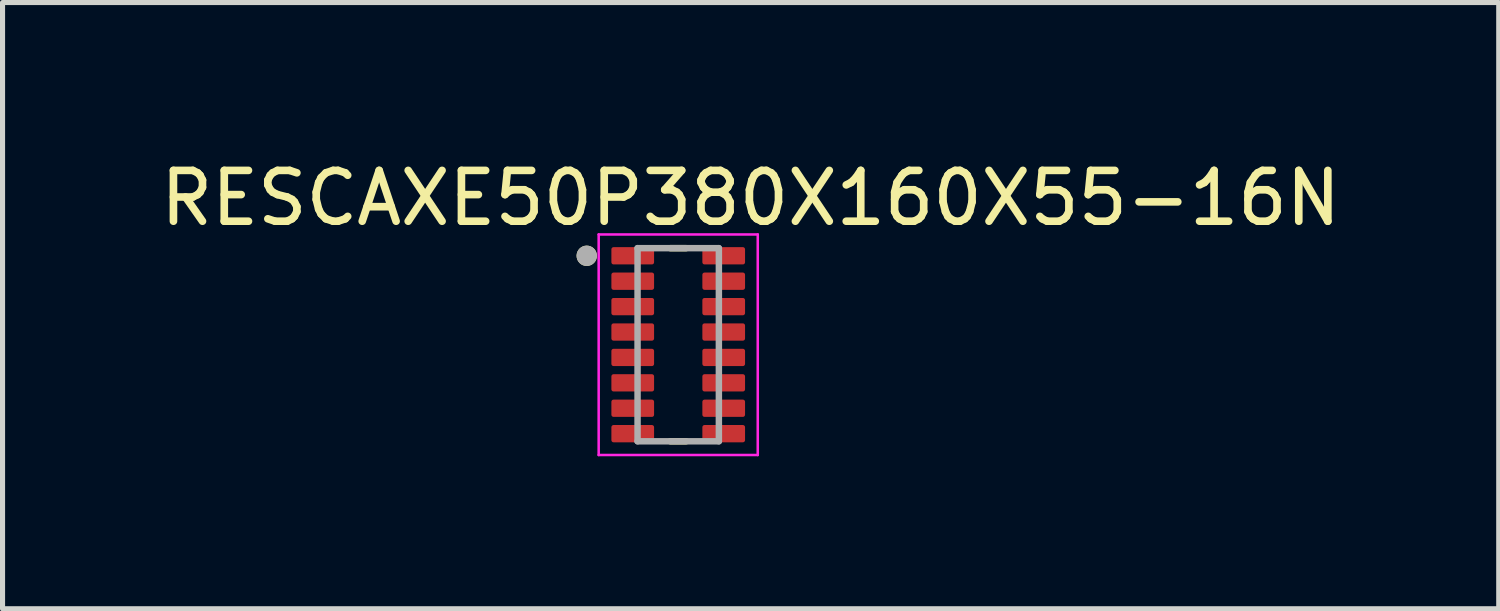
<source format=kicad_pcb>
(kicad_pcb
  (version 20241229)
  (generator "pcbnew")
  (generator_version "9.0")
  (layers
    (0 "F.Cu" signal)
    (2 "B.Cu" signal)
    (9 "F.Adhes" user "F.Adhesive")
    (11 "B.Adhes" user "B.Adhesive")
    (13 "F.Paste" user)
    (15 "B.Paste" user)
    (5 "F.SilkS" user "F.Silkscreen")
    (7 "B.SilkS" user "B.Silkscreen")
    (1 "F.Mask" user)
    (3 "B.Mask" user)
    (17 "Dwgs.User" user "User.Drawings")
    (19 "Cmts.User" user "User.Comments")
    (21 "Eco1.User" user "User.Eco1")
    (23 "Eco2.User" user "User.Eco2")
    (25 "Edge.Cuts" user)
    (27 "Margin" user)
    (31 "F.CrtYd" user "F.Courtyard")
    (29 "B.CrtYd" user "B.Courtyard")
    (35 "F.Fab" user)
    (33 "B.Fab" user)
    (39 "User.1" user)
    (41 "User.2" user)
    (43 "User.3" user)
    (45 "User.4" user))
  (footprint "RESCAXE50P380X160X55-16N"
    (layer "F.Cu")
    (at 10.295 3.733)
    (property "Reference" "RESCAXE50P380X160X55-16N" (at 1.425 -2.885 0) (layer "F.SilkS") (effects (font (size 1 1) (thickness 0.15))))
    (attr smd)
    (fp_poly (pts (xy -1.273 -1.97) (xy -0.517 -1.97) (xy -0.512 -1.97) (xy -0.507 -1.969) (xy -0.503 -1.969) (xy -0.498 -1.968) (xy -0.493 -1.967) (xy -0.489 -1.965) (xy -0.484 -1.964) (xy -0.48 -1.962) (xy -0.475 -1.96) (xy -0.471 -1.958) (xy -0.467 -1.955) (xy -0.463 -1.952) (xy -0.459 -1.949) (xy -0.455 -1.946) (xy -0.452 -1.943) (xy -0.449 -1.94) (xy -0.446 -1.936) (xy -0.443 -1.932) (xy -0.44 -1.928) (xy -0.437 -1.924) (xy -0.435 -1.92) (xy -0.433 -1.915) (xy -0.431 -1.911) (xy -0.43 -1.906) (xy -0.428 -1.902) (xy -0.427 -1.897) (xy -0.426 -1.892) (xy -0.426 -1.888) (xy -0.425 -1.883) (xy -0.425 -1.878) (xy -0.425 -1.622) (xy -0.425 -1.617) (xy -0.426 -1.612) (xy -0.426 -1.608) (xy -0.427 -1.603) (xy -0.428 -1.598) (xy -0.43 -1.594) (xy -0.431 -1.589) (xy -0.433 -1.585) (xy -0.435 -1.58) (xy -0.437 -1.576) (xy -0.44 -1.572) (xy -0.443 -1.568) (xy -0.446 -1.564) (xy -0.449 -1.56) (xy -0.452 -1.557) (xy -0.455 -1.554) (xy -0.459 -1.551) (xy -0.463 -1.548) (xy -0.467 -1.545) (xy -0.471 -1.542) (xy -0.475 -1.54) (xy -0.48 -1.538) (xy -0.484 -1.536) (xy -0.489 -1.535) (xy -0.493 -1.533) (xy -0.498 -1.532) (xy -0.503 -1.531) (xy -0.507 -1.531) (xy -0.512 -1.53) (xy -0.517 -1.53) (xy -1.273 -1.53) (xy -1.278 -1.53) (xy -1.283 -1.531) (xy -1.287 -1.531) (xy -1.292 -1.532) (xy -1.297 -1.533) (xy -1.301 -1.535) (xy -1.306 -1.536) (xy -1.31 -1.538) (xy -1.315 -1.54) (xy -1.319 -1.542) (xy -1.323 -1.545) (xy -1.327 -1.548) (xy -1.331 -1.551) (xy -1.335 -1.554) (xy -1.338 -1.557) (xy -1.341 -1.56) (xy -1.344 -1.564) (xy -1.347 -1.568) (xy -1.35 -1.572) (xy -1.353 -1.576) (xy -1.355 -1.58) (xy -1.357 -1.585) (xy -1.359 -1.589) (xy -1.36 -1.594) (xy -1.362 -1.598) (xy -1.363 -1.603) (xy -1.364 -1.608) (xy -1.364 -1.612) (xy -1.365 -1.617) (xy -1.365 -1.622) (xy -1.365 -1.878) (xy -1.365 -1.883) (xy -1.364 -1.888) (xy -1.364 -1.892) (xy -1.363 -1.897) (xy -1.362 -1.902) (xy -1.36 -1.906) (xy -1.359 -1.911) (xy -1.357 -1.915) (xy -1.355 -1.92) (xy -1.353 -1.924) (xy -1.35 -1.928) (xy -1.347 -1.932) (xy -1.344 -1.936) (xy -1.341 -1.94) (xy -1.338 -1.943) (xy -1.335 -1.946) (xy -1.331 -1.949) (xy -1.327 -1.952) (xy -1.323 -1.955) (xy -1.319 -1.958) (xy -1.315 -1.96) (xy -1.31 -1.962) (xy -1.306 -1.964) (xy -1.301 -1.965) (xy -1.297 -1.967) (xy -1.292 -1.968) (xy -1.287 -1.969) (xy -1.283 -1.969) (xy -1.278 -1.97) (xy -1.273 -1.97)) (stroke (width 0.01) (type solid)) (fill yes) (layer "F.Mask"))
    (fp_poly (pts (xy -1.273 -1.47) (xy -0.517 -1.47) (xy -0.512 -1.47) (xy -0.507 -1.469) (xy -0.503 -1.469) (xy -0.498 -1.468) (xy -0.493 -1.467) (xy -0.489 -1.465) (xy -0.484 -1.464) (xy -0.48 -1.462) (xy -0.475 -1.46) (xy -0.471 -1.458) (xy -0.467 -1.455) (xy -0.463 -1.452) (xy -0.459 -1.449) (xy -0.455 -1.446) (xy -0.452 -1.443) (xy -0.449 -1.44) (xy -0.446 -1.436) (xy -0.443 -1.432) (xy -0.44 -1.428) (xy -0.437 -1.424) (xy -0.435 -1.42) (xy -0.433 -1.415) (xy -0.431 -1.411) (xy -0.43 -1.406) (xy -0.428 -1.402) (xy -0.427 -1.397) (xy -0.426 -1.392) (xy -0.426 -1.388) (xy -0.425 -1.383) (xy -0.425 -1.378) (xy -0.425 -1.122) (xy -0.425 -1.117) (xy -0.426 -1.112) (xy -0.426 -1.108) (xy -0.427 -1.103) (xy -0.428 -1.098) (xy -0.43 -1.094) (xy -0.431 -1.089) (xy -0.433 -1.085) (xy -0.435 -1.08) (xy -0.437 -1.076) (xy -0.44 -1.072) (xy -0.443 -1.068) (xy -0.446 -1.064) (xy -0.449 -1.06) (xy -0.452 -1.057) (xy -0.455 -1.054) (xy -0.459 -1.051) (xy -0.463 -1.048) (xy -0.467 -1.045) (xy -0.471 -1.042) (xy -0.475 -1.04) (xy -0.48 -1.038) (xy -0.484 -1.036) (xy -0.489 -1.035) (xy -0.493 -1.033) (xy -0.498 -1.032) (xy -0.503 -1.031) (xy -0.507 -1.031) (xy -0.512 -1.03) (xy -0.517 -1.03) (xy -1.273 -1.03) (xy -1.278 -1.03) (xy -1.283 -1.031) (xy -1.287 -1.031) (xy -1.292 -1.032) (xy -1.297 -1.033) (xy -1.301 -1.035) (xy -1.306 -1.036) (xy -1.31 -1.038) (xy -1.315 -1.04) (xy -1.319 -1.042) (xy -1.323 -1.045) (xy -1.327 -1.048) (xy -1.331 -1.051) (xy -1.335 -1.054) (xy -1.338 -1.057) (xy -1.341 -1.06) (xy -1.344 -1.064) (xy -1.347 -1.068) (xy -1.35 -1.072) (xy -1.353 -1.076) (xy -1.355 -1.08) (xy -1.357 -1.085) (xy -1.359 -1.089) (xy -1.36 -1.094) (xy -1.362 -1.098) (xy -1.363 -1.103) (xy -1.364 -1.108) (xy -1.364 -1.112) (xy -1.365 -1.117) (xy -1.365 -1.122) (xy -1.365 -1.378) (xy -1.365 -1.383) (xy -1.364 -1.388) (xy -1.364 -1.392) (xy -1.363 -1.397) (xy -1.362 -1.402) (xy -1.36 -1.406) (xy -1.359 -1.411) (xy -1.357 -1.415) (xy -1.355 -1.42) (xy -1.353 -1.424) (xy -1.35 -1.428) (xy -1.347 -1.432) (xy -1.344 -1.436) (xy -1.341 -1.44) (xy -1.338 -1.443) (xy -1.335 -1.446) (xy -1.331 -1.449) (xy -1.327 -1.452) (xy -1.323 -1.455) (xy -1.319 -1.458) (xy -1.315 -1.46) (xy -1.31 -1.462) (xy -1.306 -1.464) (xy -1.301 -1.465) (xy -1.297 -1.467) (xy -1.292 -1.468) (xy -1.287 -1.469) (xy -1.283 -1.469) (xy -1.278 -1.47) (xy -1.273 -1.47)) (stroke (width 0.01) (type solid)) (fill yes) (layer "F.Mask"))
    (fp_poly (pts (xy -1.273 -0.97) (xy -0.517 -0.97) (xy -0.512 -0.97) (xy -0.507 -0.969) (xy -0.503 -0.969) (xy -0.498 -0.968) (xy -0.493 -0.967) (xy -0.489 -0.965) (xy -0.484 -0.964) (xy -0.48 -0.962) (xy -0.475 -0.96) (xy -0.471 -0.958) (xy -0.467 -0.955) (xy -0.463 -0.952) (xy -0.459 -0.949) (xy -0.455 -0.946) (xy -0.452 -0.943) (xy -0.449 -0.94) (xy -0.446 -0.936) (xy -0.443 -0.932) (xy -0.44 -0.928) (xy -0.437 -0.924) (xy -0.435 -0.92) (xy -0.433 -0.915) (xy -0.431 -0.911) (xy -0.43 -0.906) (xy -0.428 -0.902) (xy -0.427 -0.897) (xy -0.426 -0.892) (xy -0.426 -0.888) (xy -0.425 -0.883) (xy -0.425 -0.878) (xy -0.425 -0.622) (xy -0.425 -0.617) (xy -0.426 -0.612) (xy -0.426 -0.608) (xy -0.427 -0.603) (xy -0.428 -0.598) (xy -0.43 -0.594) (xy -0.431 -0.589) (xy -0.433 -0.585) (xy -0.435 -0.58) (xy -0.437 -0.576) (xy -0.44 -0.572) (xy -0.443 -0.568) (xy -0.446 -0.564) (xy -0.449 -0.56) (xy -0.452 -0.557) (xy -0.455 -0.554) (xy -0.459 -0.551) (xy -0.463 -0.548) (xy -0.467 -0.545) (xy -0.471 -0.542) (xy -0.475 -0.54) (xy -0.48 -0.538) (xy -0.484 -0.536) (xy -0.489 -0.535) (xy -0.493 -0.533) (xy -0.498 -0.532) (xy -0.503 -0.531) (xy -0.507 -0.531) (xy -0.512 -0.53) (xy -0.517 -0.53) (xy -1.273 -0.53) (xy -1.278 -0.53) (xy -1.283 -0.531) (xy -1.287 -0.531) (xy -1.292 -0.532) (xy -1.297 -0.533) (xy -1.301 -0.535) (xy -1.306 -0.536) (xy -1.31 -0.538) (xy -1.315 -0.54) (xy -1.319 -0.542) (xy -1.323 -0.545) (xy -1.327 -0.548) (xy -1.331 -0.551) (xy -1.335 -0.554) (xy -1.338 -0.557) (xy -1.341 -0.56) (xy -1.344 -0.564) (xy -1.347 -0.568) (xy -1.35 -0.572) (xy -1.353 -0.576) (xy -1.355 -0.58) (xy -1.357 -0.585) (xy -1.359 -0.589) (xy -1.36 -0.594) (xy -1.362 -0.598) (xy -1.363 -0.603) (xy -1.364 -0.608) (xy -1.364 -0.612) (xy -1.365 -0.617) (xy -1.365 -0.622) (xy -1.365 -0.878) (xy -1.365 -0.883) (xy -1.364 -0.888) (xy -1.364 -0.892) (xy -1.363 -0.897) (xy -1.362 -0.902) (xy -1.36 -0.906) (xy -1.359 -0.911) (xy -1.357 -0.915) (xy -1.355 -0.92) (xy -1.353 -0.924) (xy -1.35 -0.928) (xy -1.347 -0.932) (xy -1.344 -0.936) (xy -1.341 -0.94) (xy -1.338 -0.943) (xy -1.335 -0.946) (xy -1.331 -0.949) (xy -1.327 -0.952) (xy -1.323 -0.955) (xy -1.319 -0.958) (xy -1.315 -0.96) (xy -1.31 -0.962) (xy -1.306 -0.964) (xy -1.301 -0.965) (xy -1.297 -0.967) (xy -1.292 -0.968) (xy -1.287 -0.969) (xy -1.283 -0.969) (xy -1.278 -0.97) (xy -1.273 -0.97)) (stroke (width 0.01) (type solid)) (fill yes) (layer "F.Mask"))
    (fp_poly (pts (xy -1.273 -0.47) (xy -0.517 -0.47) (xy -0.512 -0.47) (xy -0.507 -0.469) (xy -0.503 -0.469) (xy -0.498 -0.468) (xy -0.493 -0.467) (xy -0.489 -0.465) (xy -0.484 -0.464) (xy -0.48 -0.462) (xy -0.475 -0.46) (xy -0.471 -0.458) (xy -0.467 -0.455) (xy -0.463 -0.452) (xy -0.459 -0.449) (xy -0.455 -0.446) (xy -0.452 -0.443) (xy -0.449 -0.44) (xy -0.446 -0.436) (xy -0.443 -0.432) (xy -0.44 -0.428) (xy -0.437 -0.424) (xy -0.435 -0.42) (xy -0.433 -0.415) (xy -0.431 -0.411) (xy -0.43 -0.406) (xy -0.428 -0.402) (xy -0.427 -0.397) (xy -0.426 -0.392) (xy -0.426 -0.388) (xy -0.425 -0.383) (xy -0.425 -0.378) (xy -0.425 -0.122) (xy -0.425 -0.117) (xy -0.426 -0.112) (xy -0.426 -0.108) (xy -0.427 -0.103) (xy -0.428 -0.098) (xy -0.43 -0.094) (xy -0.431 -0.089) (xy -0.433 -0.085) (xy -0.435 -0.08) (xy -0.437 -0.076) (xy -0.44 -0.072) (xy -0.443 -0.068) (xy -0.446 -0.064) (xy -0.449 -0.06) (xy -0.452 -0.057) (xy -0.455 -0.054) (xy -0.459 -0.051) (xy -0.463 -0.048) (xy -0.467 -0.045) (xy -0.471 -0.042) (xy -0.475 -0.04) (xy -0.48 -0.038) (xy -0.484 -0.036) (xy -0.489 -0.035) (xy -0.493 -0.033) (xy -0.498 -0.032) (xy -0.503 -0.031) (xy -0.507 -0.031) (xy -0.512 -0.03) (xy -0.517 -0.03) (xy -1.273 -0.03) (xy -1.278 -0.03) (xy -1.283 -0.031) (xy -1.287 -0.031) (xy -1.292 -0.032) (xy -1.297 -0.033) (xy -1.301 -0.035) (xy -1.306 -0.036) (xy -1.31 -0.038) (xy -1.315 -0.04) (xy -1.319 -0.042) (xy -1.323 -0.045) (xy -1.327 -0.048) (xy -1.331 -0.051) (xy -1.335 -0.054) (xy -1.338 -0.057) (xy -1.341 -0.06) (xy -1.344 -0.064) (xy -1.347 -0.068) (xy -1.35 -0.072) (xy -1.353 -0.076) (xy -1.355 -0.08) (xy -1.357 -0.085) (xy -1.359 -0.089) (xy -1.36 -0.094) (xy -1.362 -0.098) (xy -1.363 -0.103) (xy -1.364 -0.108) (xy -1.364 -0.112) (xy -1.365 -0.117) (xy -1.365 -0.122) (xy -1.365 -0.378) (xy -1.365 -0.383) (xy -1.364 -0.388) (xy -1.364 -0.392) (xy -1.363 -0.397) (xy -1.362 -0.402) (xy -1.36 -0.406) (xy -1.359 -0.411) (xy -1.357 -0.415) (xy -1.355 -0.42) (xy -1.353 -0.424) (xy -1.35 -0.428) (xy -1.347 -0.432) (xy -1.344 -0.436) (xy -1.341 -0.44) (xy -1.338 -0.443) (xy -1.335 -0.446) (xy -1.331 -0.449) (xy -1.327 -0.452) (xy -1.323 -0.455) (xy -1.319 -0.458) (xy -1.315 -0.46) (xy -1.31 -0.462) (xy -1.306 -0.464) (xy -1.301 -0.465) (xy -1.297 -0.467) (xy -1.292 -0.468) (xy -1.287 -0.469) (xy -1.283 -0.469) (xy -1.278 -0.47) (xy -1.273 -0.47)) (stroke (width 0.01) (type solid)) (fill yes) (layer "F.Mask"))
    (fp_poly (pts (xy -1.273 0.03) (xy -0.517 0.03) (xy -0.512 0.03) (xy -0.507 0.031) (xy -0.503 0.031) (xy -0.498 0.032) (xy -0.493 0.033) (xy -0.489 0.035) (xy -0.484 0.036) (xy -0.48 0.038) (xy -0.475 0.04) (xy -0.471 0.042) (xy -0.467 0.045) (xy -0.463 0.048) (xy -0.459 0.051) (xy -0.455 0.054) (xy -0.452 0.057) (xy -0.449 0.06) (xy -0.446 0.064) (xy -0.443 0.068) (xy -0.44 0.072) (xy -0.437 0.076) (xy -0.435 0.08) (xy -0.433 0.085) (xy -0.431 0.089) (xy -0.43 0.094) (xy -0.428 0.098) (xy -0.427 0.103) (xy -0.426 0.108) (xy -0.426 0.112) (xy -0.425 0.117) (xy -0.425 0.122) (xy -0.425 0.378) (xy -0.425 0.383) (xy -0.426 0.388) (xy -0.426 0.392) (xy -0.427 0.397) (xy -0.428 0.402) (xy -0.43 0.406) (xy -0.431 0.411) (xy -0.433 0.415) (xy -0.435 0.42) (xy -0.437 0.424) (xy -0.44 0.428) (xy -0.443 0.432) (xy -0.446 0.436) (xy -0.449 0.44) (xy -0.452 0.443) (xy -0.455 0.446) (xy -0.459 0.449) (xy -0.463 0.452) (xy -0.467 0.455) (xy -0.471 0.458) (xy -0.475 0.46) (xy -0.48 0.462) (xy -0.484 0.464) (xy -0.489 0.465) (xy -0.493 0.467) (xy -0.498 0.468) (xy -0.503 0.469) (xy -0.507 0.469) (xy -0.512 0.47) (xy -0.517 0.47) (xy -1.273 0.47) (xy -1.278 0.47) (xy -1.283 0.469) (xy -1.287 0.469) (xy -1.292 0.468) (xy -1.297 0.467) (xy -1.301 0.465) (xy -1.306 0.464) (xy -1.31 0.462) (xy -1.315 0.46) (xy -1.319 0.458) (xy -1.323 0.455) (xy -1.327 0.452) (xy -1.331 0.449) (xy -1.335 0.446) (xy -1.338 0.443) (xy -1.341 0.44) (xy -1.344 0.436) (xy -1.347 0.432) (xy -1.35 0.428) (xy -1.353 0.424) (xy -1.355 0.42) (xy -1.357 0.415) (xy -1.359 0.411) (xy -1.36 0.406) (xy -1.362 0.402) (xy -1.363 0.397) (xy -1.364 0.392) (xy -1.364 0.388) (xy -1.365 0.383) (xy -1.365 0.378) (xy -1.365 0.122) (xy -1.365 0.117) (xy -1.364 0.112) (xy -1.364 0.108) (xy -1.363 0.103) (xy -1.362 0.098) (xy -1.36 0.094) (xy -1.359 0.089) (xy -1.357 0.085) (xy -1.355 0.08) (xy -1.353 0.076) (xy -1.35 0.072) (xy -1.347 0.068) (xy -1.344 0.064) (xy -1.341 0.06) (xy -1.338 0.057) (xy -1.335 0.054) (xy -1.331 0.051) (xy -1.327 0.048) (xy -1.323 0.045) (xy -1.319 0.042) (xy -1.315 0.04) (xy -1.31 0.038) (xy -1.306 0.036) (xy -1.301 0.035) (xy -1.297 0.033) (xy -1.292 0.032) (xy -1.287 0.031) (xy -1.283 0.031) (xy -1.278 0.03) (xy -1.273 0.03)) (stroke (width 0.01) (type solid)) (fill yes) (layer "F.Mask"))
    (fp_poly (pts (xy -1.273 0.53) (xy -0.517 0.53) (xy -0.512 0.53) (xy -0.507 0.531) (xy -0.503 0.531) (xy -0.498 0.532) (xy -0.493 0.533) (xy -0.489 0.535) (xy -0.484 0.536) (xy -0.48 0.538) (xy -0.475 0.54) (xy -0.471 0.542) (xy -0.467 0.545) (xy -0.463 0.548) (xy -0.459 0.551) (xy -0.455 0.554) (xy -0.452 0.557) (xy -0.449 0.56) (xy -0.446 0.564) (xy -0.443 0.568) (xy -0.44 0.572) (xy -0.437 0.576) (xy -0.435 0.58) (xy -0.433 0.585) (xy -0.431 0.589) (xy -0.43 0.594) (xy -0.428 0.598) (xy -0.427 0.603) (xy -0.426 0.608) (xy -0.426 0.612) (xy -0.425 0.617) (xy -0.425 0.622) (xy -0.425 0.878) (xy -0.425 0.883) (xy -0.426 0.888) (xy -0.426 0.892) (xy -0.427 0.897) (xy -0.428 0.902) (xy -0.43 0.906) (xy -0.431 0.911) (xy -0.433 0.915) (xy -0.435 0.92) (xy -0.437 0.924) (xy -0.44 0.928) (xy -0.443 0.932) (xy -0.446 0.936) (xy -0.449 0.94) (xy -0.452 0.943) (xy -0.455 0.946) (xy -0.459 0.949) (xy -0.463 0.952) (xy -0.467 0.955) (xy -0.471 0.958) (xy -0.475 0.96) (xy -0.48 0.962) (xy -0.484 0.964) (xy -0.489 0.965) (xy -0.493 0.967) (xy -0.498 0.968) (xy -0.503 0.969) (xy -0.507 0.969) (xy -0.512 0.97) (xy -0.517 0.97) (xy -1.273 0.97) (xy -1.278 0.97) (xy -1.283 0.969) (xy -1.287 0.969) (xy -1.292 0.968) (xy -1.297 0.967) (xy -1.301 0.965) (xy -1.306 0.964) (xy -1.31 0.962) (xy -1.315 0.96) (xy -1.319 0.958) (xy -1.323 0.955) (xy -1.327 0.952) (xy -1.331 0.949) (xy -1.335 0.946) (xy -1.338 0.943) (xy -1.341 0.94) (xy -1.344 0.936) (xy -1.347 0.932) (xy -1.35 0.928) (xy -1.353 0.924) (xy -1.355 0.92) (xy -1.357 0.915) (xy -1.359 0.911) (xy -1.36 0.906) (xy -1.362 0.902) (xy -1.363 0.897) (xy -1.364 0.892) (xy -1.364 0.888) (xy -1.365 0.883) (xy -1.365 0.878) (xy -1.365 0.622) (xy -1.365 0.617) (xy -1.364 0.612) (xy -1.364 0.608) (xy -1.363 0.603) (xy -1.362 0.598) (xy -1.36 0.594) (xy -1.359 0.589) (xy -1.357 0.585) (xy -1.355 0.58) (xy -1.353 0.576) (xy -1.35 0.572) (xy -1.347 0.568) (xy -1.344 0.564) (xy -1.341 0.56) (xy -1.338 0.557) (xy -1.335 0.554) (xy -1.331 0.551) (xy -1.327 0.548) (xy -1.323 0.545) (xy -1.319 0.542) (xy -1.315 0.54) (xy -1.31 0.538) (xy -1.306 0.536) (xy -1.301 0.535) (xy -1.297 0.533) (xy -1.292 0.532) (xy -1.287 0.531) (xy -1.283 0.531) (xy -1.278 0.53) (xy -1.273 0.53)) (stroke (width 0.01) (type solid)) (fill yes) (layer "F.Mask"))
    (fp_poly (pts (xy -1.273 1.03) (xy -0.517 1.03) (xy -0.512 1.03) (xy -0.507 1.031) (xy -0.503 1.031) (xy -0.498 1.032) (xy -0.493 1.033) (xy -0.489 1.035) (xy -0.484 1.036) (xy -0.48 1.038) (xy -0.475 1.04) (xy -0.471 1.042) (xy -0.467 1.045) (xy -0.463 1.048) (xy -0.459 1.051) (xy -0.455 1.054) (xy -0.452 1.057) (xy -0.449 1.06) (xy -0.446 1.064) (xy -0.443 1.068) (xy -0.44 1.072) (xy -0.437 1.076) (xy -0.435 1.08) (xy -0.433 1.085) (xy -0.431 1.089) (xy -0.43 1.094) (xy -0.428 1.098) (xy -0.427 1.103) (xy -0.426 1.108) (xy -0.426 1.112) (xy -0.425 1.117) (xy -0.425 1.122) (xy -0.425 1.378) (xy -0.425 1.383) (xy -0.426 1.388) (xy -0.426 1.392) (xy -0.427 1.397) (xy -0.428 1.402) (xy -0.43 1.406) (xy -0.431 1.411) (xy -0.433 1.415) (xy -0.435 1.42) (xy -0.437 1.424) (xy -0.44 1.428) (xy -0.443 1.432) (xy -0.446 1.436) (xy -0.449 1.44) (xy -0.452 1.443) (xy -0.455 1.446) (xy -0.459 1.449) (xy -0.463 1.452) (xy -0.467 1.455) (xy -0.471 1.458) (xy -0.475 1.46) (xy -0.48 1.462) (xy -0.484 1.464) (xy -0.489 1.465) (xy -0.493 1.467) (xy -0.498 1.468) (xy -0.503 1.469) (xy -0.507 1.469) (xy -0.512 1.47) (xy -0.517 1.47) (xy -1.273 1.47) (xy -1.278 1.47) (xy -1.283 1.469) (xy -1.287 1.469) (xy -1.292 1.468) (xy -1.297 1.467) (xy -1.301 1.465) (xy -1.306 1.464) (xy -1.31 1.462) (xy -1.315 1.46) (xy -1.319 1.458) (xy -1.323 1.455) (xy -1.327 1.452) (xy -1.331 1.449) (xy -1.335 1.446) (xy -1.338 1.443) (xy -1.341 1.44) (xy -1.344 1.436) (xy -1.347 1.432) (xy -1.35 1.428) (xy -1.353 1.424) (xy -1.355 1.42) (xy -1.357 1.415) (xy -1.359 1.411) (xy -1.36 1.406) (xy -1.362 1.402) (xy -1.363 1.397) (xy -1.364 1.392) (xy -1.364 1.388) (xy -1.365 1.383) (xy -1.365 1.378) (xy -1.365 1.122) (xy -1.365 1.117) (xy -1.364 1.112) (xy -1.364 1.108) (xy -1.363 1.103) (xy -1.362 1.098) (xy -1.36 1.094) (xy -1.359 1.089) (xy -1.357 1.085) (xy -1.355 1.08) (xy -1.353 1.076) (xy -1.35 1.072) (xy -1.347 1.068) (xy -1.344 1.064) (xy -1.341 1.06) (xy -1.338 1.057) (xy -1.335 1.054) (xy -1.331 1.051) (xy -1.327 1.048) (xy -1.323 1.045) (xy -1.319 1.042) (xy -1.315 1.04) (xy -1.31 1.038) (xy -1.306 1.036) (xy -1.301 1.035) (xy -1.297 1.033) (xy -1.292 1.032) (xy -1.287 1.031) (xy -1.283 1.031) (xy -1.278 1.03) (xy -1.273 1.03)) (stroke (width 0.01) (type solid)) (fill yes) (layer "F.Mask"))
    (fp_poly (pts (xy -1.273 1.53) (xy -0.517 1.53) (xy -0.512 1.53) (xy -0.507 1.531) (xy -0.503 1.531) (xy -0.498 1.532) (xy -0.493 1.533) (xy -0.489 1.535) (xy -0.484 1.536) (xy -0.48 1.538) (xy -0.475 1.54) (xy -0.471 1.542) (xy -0.467 1.545) (xy -0.463 1.548) (xy -0.459 1.551) (xy -0.455 1.554) (xy -0.452 1.557) (xy -0.449 1.56) (xy -0.446 1.564) (xy -0.443 1.568) (xy -0.44 1.572) (xy -0.437 1.576) (xy -0.435 1.58) (xy -0.433 1.585) (xy -0.431 1.589) (xy -0.43 1.594) (xy -0.428 1.598) (xy -0.427 1.603) (xy -0.426 1.608) (xy -0.426 1.612) (xy -0.425 1.617) (xy -0.425 1.622) (xy -0.425 1.878) (xy -0.425 1.883) (xy -0.426 1.888) (xy -0.426 1.892) (xy -0.427 1.897) (xy -0.428 1.902) (xy -0.43 1.906) (xy -0.431 1.911) (xy -0.433 1.915) (xy -0.435 1.92) (xy -0.437 1.924) (xy -0.44 1.928) (xy -0.443 1.932) (xy -0.446 1.936) (xy -0.449 1.94) (xy -0.452 1.943) (xy -0.455 1.946) (xy -0.459 1.949) (xy -0.463 1.952) (xy -0.467 1.955) (xy -0.471 1.958) (xy -0.475 1.96) (xy -0.48 1.962) (xy -0.484 1.964) (xy -0.489 1.965) (xy -0.493 1.967) (xy -0.498 1.968) (xy -0.503 1.969) (xy -0.507 1.969) (xy -0.512 1.97) (xy -0.517 1.97) (xy -1.273 1.97) (xy -1.278 1.97) (xy -1.283 1.969) (xy -1.287 1.969) (xy -1.292 1.968) (xy -1.297 1.967) (xy -1.301 1.965) (xy -1.306 1.964) (xy -1.31 1.962) (xy -1.315 1.96) (xy -1.319 1.958) (xy -1.323 1.955) (xy -1.327 1.952) (xy -1.331 1.949) (xy -1.335 1.946) (xy -1.338 1.943) (xy -1.341 1.94) (xy -1.344 1.936) (xy -1.347 1.932) (xy -1.35 1.928) (xy -1.353 1.924) (xy -1.355 1.92) (xy -1.357 1.915) (xy -1.359 1.911) (xy -1.36 1.906) (xy -1.362 1.902) (xy -1.363 1.897) (xy -1.364 1.892) (xy -1.364 1.888) (xy -1.365 1.883) (xy -1.365 1.878) (xy -1.365 1.622) (xy -1.365 1.617) (xy -1.364 1.612) (xy -1.364 1.608) (xy -1.363 1.603) (xy -1.362 1.598) (xy -1.36 1.594) (xy -1.359 1.589) (xy -1.357 1.585) (xy -1.355 1.58) (xy -1.353 1.576) (xy -1.35 1.572) (xy -1.347 1.568) (xy -1.344 1.564) (xy -1.341 1.56) (xy -1.338 1.557) (xy -1.335 1.554) (xy -1.331 1.551) (xy -1.327 1.548) (xy -1.323 1.545) (xy -1.319 1.542) (xy -1.315 1.54) (xy -1.31 1.538) (xy -1.306 1.536) (xy -1.301 1.535) (xy -1.297 1.533) (xy -1.292 1.532) (xy -1.287 1.531) (xy -1.283 1.531) (xy -1.278 1.53) (xy -1.273 1.53)) (stroke (width 0.01) (type solid)) (fill yes) (layer "F.Mask"))
    (fp_poly (pts (xy 1.273 -1.53) (xy 0.517 -1.53) (xy 0.512 -1.53) (xy 0.507 -1.531) (xy 0.503 -1.531) (xy 0.498 -1.532) (xy 0.493 -1.533) (xy 0.489 -1.535) (xy 0.484 -1.536) (xy 0.48 -1.538) (xy 0.475 -1.54) (xy 0.471 -1.542) (xy 0.467 -1.545) (xy 0.463 -1.548) (xy 0.459 -1.551) (xy 0.455 -1.554) (xy 0.452 -1.557) (xy 0.449 -1.56) (xy 0.446 -1.564) (xy 0.443 -1.568) (xy 0.44 -1.572) (xy 0.437 -1.576) (xy 0.435 -1.58) (xy 0.433 -1.585) (xy 0.431 -1.589) (xy 0.43 -1.594) (xy 0.428 -1.598) (xy 0.427 -1.603) (xy 0.426 -1.608) (xy 0.426 -1.612) (xy 0.425 -1.617) (xy 0.425 -1.622) (xy 0.425 -1.878) (xy 0.425 -1.883) (xy 0.426 -1.888) (xy 0.426 -1.892) (xy 0.427 -1.897) (xy 0.428 -1.902) (xy 0.43 -1.906) (xy 0.431 -1.911) (xy 0.433 -1.915) (xy 0.435 -1.92) (xy 0.437 -1.924) (xy 0.44 -1.928) (xy 0.443 -1.932) (xy 0.446 -1.936) (xy 0.449 -1.94) (xy 0.452 -1.943) (xy 0.455 -1.946) (xy 0.459 -1.949) (xy 0.463 -1.952) (xy 0.467 -1.955) (xy 0.471 -1.958) (xy 0.475 -1.96) (xy 0.48 -1.962) (xy 0.484 -1.964) (xy 0.489 -1.965) (xy 0.493 -1.967) (xy 0.498 -1.968) (xy 0.503 -1.969) (xy 0.507 -1.969) (xy 0.512 -1.97) (xy 0.517 -1.97) (xy 1.273 -1.97) (xy 1.278 -1.97) (xy 1.283 -1.969) (xy 1.287 -1.969) (xy 1.292 -1.968) (xy 1.297 -1.967) (xy 1.301 -1.965) (xy 1.306 -1.964) (xy 1.31 -1.962) (xy 1.315 -1.96) (xy 1.319 -1.958) (xy 1.323 -1.955) (xy 1.327 -1.952) (xy 1.331 -1.949) (xy 1.335 -1.946) (xy 1.338 -1.943) (xy 1.341 -1.94) (xy 1.344 -1.936) (xy 1.347 -1.932) (xy 1.35 -1.928) (xy 1.353 -1.924) (xy 1.355 -1.92) (xy 1.357 -1.915) (xy 1.359 -1.911) (xy 1.36 -1.906) (xy 1.362 -1.902) (xy 1.363 -1.897) (xy 1.364 -1.892) (xy 1.364 -1.888) (xy 1.365 -1.883) (xy 1.365 -1.878) (xy 1.365 -1.622) (xy 1.365 -1.617) (xy 1.364 -1.612) (xy 1.364 -1.608) (xy 1.363 -1.603) (xy 1.362 -1.598) (xy 1.36 -1.594) (xy 1.359 -1.589) (xy 1.357 -1.585) (xy 1.355 -1.58) (xy 1.353 -1.576) (xy 1.35 -1.572) (xy 1.347 -1.568) (xy 1.344 -1.564) (xy 1.341 -1.56) (xy 1.338 -1.557) (xy 1.335 -1.554) (xy 1.331 -1.551) (xy 1.327 -1.548) (xy 1.323 -1.545) (xy 1.319 -1.542) (xy 1.315 -1.54) (xy 1.31 -1.538) (xy 1.306 -1.536) (xy 1.301 -1.535) (xy 1.297 -1.533) (xy 1.292 -1.532) (xy 1.287 -1.531) (xy 1.283 -1.531) (xy 1.278 -1.53) (xy 1.273 -1.53)) (stroke (width 0.01) (type solid)) (fill yes) (layer "F.Mask"))
    (fp_poly (pts (xy 1.273 -1.03) (xy 0.517 -1.03) (xy 0.512 -1.03) (xy 0.507 -1.031) (xy 0.503 -1.031) (xy 0.498 -1.032) (xy 0.493 -1.033) (xy 0.489 -1.035) (xy 0.484 -1.036) (xy 0.48 -1.038) (xy 0.475 -1.04) (xy 0.471 -1.042) (xy 0.467 -1.045) (xy 0.463 -1.048) (xy 0.459 -1.051) (xy 0.455 -1.054) (xy 0.452 -1.057) (xy 0.449 -1.06) (xy 0.446 -1.064) (xy 0.443 -1.068) (xy 0.44 -1.072) (xy 0.437 -1.076) (xy 0.435 -1.08) (xy 0.433 -1.085) (xy 0.431 -1.089) (xy 0.43 -1.094) (xy 0.428 -1.098) (xy 0.427 -1.103) (xy 0.426 -1.108) (xy 0.426 -1.112) (xy 0.425 -1.117) (xy 0.425 -1.122) (xy 0.425 -1.378) (xy 0.425 -1.383) (xy 0.426 -1.388) (xy 0.426 -1.392) (xy 0.427 -1.397) (xy 0.428 -1.402) (xy 0.43 -1.406) (xy 0.431 -1.411) (xy 0.433 -1.415) (xy 0.435 -1.42) (xy 0.437 -1.424) (xy 0.44 -1.428) (xy 0.443 -1.432) (xy 0.446 -1.436) (xy 0.449 -1.44) (xy 0.452 -1.443) (xy 0.455 -1.446) (xy 0.459 -1.449) (xy 0.463 -1.452) (xy 0.467 -1.455) (xy 0.471 -1.458) (xy 0.475 -1.46) (xy 0.48 -1.462) (xy 0.484 -1.464) (xy 0.489 -1.465) (xy 0.493 -1.467) (xy 0.498 -1.468) (xy 0.503 -1.469) (xy 0.507 -1.469) (xy 0.512 -1.47) (xy 0.517 -1.47) (xy 1.273 -1.47) (xy 1.278 -1.47) (xy 1.283 -1.469) (xy 1.287 -1.469) (xy 1.292 -1.468) (xy 1.297 -1.467) (xy 1.301 -1.465) (xy 1.306 -1.464) (xy 1.31 -1.462) (xy 1.315 -1.46) (xy 1.319 -1.458) (xy 1.323 -1.455) (xy 1.327 -1.452) (xy 1.331 -1.449) (xy 1.335 -1.446) (xy 1.338 -1.443) (xy 1.341 -1.44) (xy 1.344 -1.436) (xy 1.347 -1.432) (xy 1.35 -1.428) (xy 1.353 -1.424) (xy 1.355 -1.42) (xy 1.357 -1.415) (xy 1.359 -1.411) (xy 1.36 -1.406) (xy 1.362 -1.402) (xy 1.363 -1.397) (xy 1.364 -1.392) (xy 1.364 -1.388) (xy 1.365 -1.383) (xy 1.365 -1.378) (xy 1.365 -1.122) (xy 1.365 -1.117) (xy 1.364 -1.112) (xy 1.364 -1.108) (xy 1.363 -1.103) (xy 1.362 -1.098) (xy 1.36 -1.094) (xy 1.359 -1.089) (xy 1.357 -1.085) (xy 1.355 -1.08) (xy 1.353 -1.076) (xy 1.35 -1.072) (xy 1.347 -1.068) (xy 1.344 -1.064) (xy 1.341 -1.06) (xy 1.338 -1.057) (xy 1.335 -1.054) (xy 1.331 -1.051) (xy 1.327 -1.048) (xy 1.323 -1.045) (xy 1.319 -1.042) (xy 1.315 -1.04) (xy 1.31 -1.038) (xy 1.306 -1.036) (xy 1.301 -1.035) (xy 1.297 -1.033) (xy 1.292 -1.032) (xy 1.287 -1.031) (xy 1.283 -1.031) (xy 1.278 -1.03) (xy 1.273 -1.03)) (stroke (width 0.01) (type solid)) (fill yes) (layer "F.Mask"))
    (fp_poly (pts (xy 1.273 -0.53) (xy 0.517 -0.53) (xy 0.512 -0.53) (xy 0.507 -0.531) (xy 0.503 -0.531) (xy 0.498 -0.532) (xy 0.493 -0.533) (xy 0.489 -0.535) (xy 0.484 -0.536) (xy 0.48 -0.538) (xy 0.475 -0.54) (xy 0.471 -0.542) (xy 0.467 -0.545) (xy 0.463 -0.548) (xy 0.459 -0.551) (xy 0.455 -0.554) (xy 0.452 -0.557) (xy 0.449 -0.56) (xy 0.446 -0.564) (xy 0.443 -0.568) (xy 0.44 -0.572) (xy 0.437 -0.576) (xy 0.435 -0.58) (xy 0.433 -0.585) (xy 0.431 -0.589) (xy 0.43 -0.594) (xy 0.428 -0.598) (xy 0.427 -0.603) (xy 0.426 -0.608) (xy 0.426 -0.612) (xy 0.425 -0.617) (xy 0.425 -0.622) (xy 0.425 -0.878) (xy 0.425 -0.883) (xy 0.426 -0.888) (xy 0.426 -0.892) (xy 0.427 -0.897) (xy 0.428 -0.902) (xy 0.43 -0.906) (xy 0.431 -0.911) (xy 0.433 -0.915) (xy 0.435 -0.92) (xy 0.437 -0.924) (xy 0.44 -0.928) (xy 0.443 -0.932) (xy 0.446 -0.936) (xy 0.449 -0.94) (xy 0.452 -0.943) (xy 0.455 -0.946) (xy 0.459 -0.949) (xy 0.463 -0.952) (xy 0.467 -0.955) (xy 0.471 -0.958) (xy 0.475 -0.96) (xy 0.48 -0.962) (xy 0.484 -0.964) (xy 0.489 -0.965) (xy 0.493 -0.967) (xy 0.498 -0.968) (xy 0.503 -0.969) (xy 0.507 -0.969) (xy 0.512 -0.97) (xy 0.517 -0.97) (xy 1.273 -0.97) (xy 1.278 -0.97) (xy 1.283 -0.969) (xy 1.287 -0.969) (xy 1.292 -0.968) (xy 1.297 -0.967) (xy 1.301 -0.965) (xy 1.306 -0.964) (xy 1.31 -0.962) (xy 1.315 -0.96) (xy 1.319 -0.958) (xy 1.323 -0.955) (xy 1.327 -0.952) (xy 1.331 -0.949) (xy 1.335 -0.946) (xy 1.338 -0.943) (xy 1.341 -0.94) (xy 1.344 -0.936) (xy 1.347 -0.932) (xy 1.35 -0.928) (xy 1.353 -0.924) (xy 1.355 -0.92) (xy 1.357 -0.915) (xy 1.359 -0.911) (xy 1.36 -0.906) (xy 1.362 -0.902) (xy 1.363 -0.897) (xy 1.364 -0.892) (xy 1.364 -0.888) (xy 1.365 -0.883) (xy 1.365 -0.878) (xy 1.365 -0.622) (xy 1.365 -0.617) (xy 1.364 -0.612) (xy 1.364 -0.608) (xy 1.363 -0.603) (xy 1.362 -0.598) (xy 1.36 -0.594) (xy 1.359 -0.589) (xy 1.357 -0.585) (xy 1.355 -0.58) (xy 1.353 -0.576) (xy 1.35 -0.572) (xy 1.347 -0.568) (xy 1.344 -0.564) (xy 1.341 -0.56) (xy 1.338 -0.557) (xy 1.335 -0.554) (xy 1.331 -0.551) (xy 1.327 -0.548) (xy 1.323 -0.545) (xy 1.319 -0.542) (xy 1.315 -0.54) (xy 1.31 -0.538) (xy 1.306 -0.536) (xy 1.301 -0.535) (xy 1.297 -0.533) (xy 1.292 -0.532) (xy 1.287 -0.531) (xy 1.283 -0.531) (xy 1.278 -0.53) (xy 1.273 -0.53)) (stroke (width 0.01) (type solid)) (fill yes) (layer "F.Mask"))
    (fp_poly (pts (xy 1.273 -0.03) (xy 0.517 -0.03) (xy 0.512 -0.03) (xy 0.507 -0.031) (xy 0.503 -0.031) (xy 0.498 -0.032) (xy 0.493 -0.033) (xy 0.489 -0.035) (xy 0.484 -0.036) (xy 0.48 -0.038) (xy 0.475 -0.04) (xy 0.471 -0.042) (xy 0.467 -0.045) (xy 0.463 -0.048) (xy 0.459 -0.051) (xy 0.455 -0.054) (xy 0.452 -0.057) (xy 0.449 -0.06) (xy 0.446 -0.064) (xy 0.443 -0.068) (xy 0.44 -0.072) (xy 0.437 -0.076) (xy 0.435 -0.08) (xy 0.433 -0.085) (xy 0.431 -0.089) (xy 0.43 -0.094) (xy 0.428 -0.098) (xy 0.427 -0.103) (xy 0.426 -0.108) (xy 0.426 -0.112) (xy 0.425 -0.117) (xy 0.425 -0.122) (xy 0.425 -0.378) (xy 0.425 -0.383) (xy 0.426 -0.388) (xy 0.426 -0.392) (xy 0.427 -0.397) (xy 0.428 -0.402) (xy 0.43 -0.406) (xy 0.431 -0.411) (xy 0.433 -0.415) (xy 0.435 -0.42) (xy 0.437 -0.424) (xy 0.44 -0.428) (xy 0.443 -0.432) (xy 0.446 -0.436) (xy 0.449 -0.44) (xy 0.452 -0.443) (xy 0.455 -0.446) (xy 0.459 -0.449) (xy 0.463 -0.452) (xy 0.467 -0.455) (xy 0.471 -0.458) (xy 0.475 -0.46) (xy 0.48 -0.462) (xy 0.484 -0.464) (xy 0.489 -0.465) (xy 0.493 -0.467) (xy 0.498 -0.468) (xy 0.503 -0.469) (xy 0.507 -0.469) (xy 0.512 -0.47) (xy 0.517 -0.47) (xy 1.273 -0.47) (xy 1.278 -0.47) (xy 1.283 -0.469) (xy 1.287 -0.469) (xy 1.292 -0.468) (xy 1.297 -0.467) (xy 1.301 -0.465) (xy 1.306 -0.464) (xy 1.31 -0.462) (xy 1.315 -0.46) (xy 1.319 -0.458) (xy 1.323 -0.455) (xy 1.327 -0.452) (xy 1.331 -0.449) (xy 1.335 -0.446) (xy 1.338 -0.443) (xy 1.341 -0.44) (xy 1.344 -0.436) (xy 1.347 -0.432) (xy 1.35 -0.428) (xy 1.353 -0.424) (xy 1.355 -0.42) (xy 1.357 -0.415) (xy 1.359 -0.411) (xy 1.36 -0.406) (xy 1.362 -0.402) (xy 1.363 -0.397) (xy 1.364 -0.392) (xy 1.364 -0.388) (xy 1.365 -0.383) (xy 1.365 -0.378) (xy 1.365 -0.122) (xy 1.365 -0.117) (xy 1.364 -0.112) (xy 1.364 -0.108) (xy 1.363 -0.103) (xy 1.362 -0.098) (xy 1.36 -0.094) (xy 1.359 -0.089) (xy 1.357 -0.085) (xy 1.355 -0.08) (xy 1.353 -0.076) (xy 1.35 -0.072) (xy 1.347 -0.068) (xy 1.344 -0.064) (xy 1.341 -0.06) (xy 1.338 -0.057) (xy 1.335 -0.054) (xy 1.331 -0.051) (xy 1.327 -0.048) (xy 1.323 -0.045) (xy 1.319 -0.042) (xy 1.315 -0.04) (xy 1.31 -0.038) (xy 1.306 -0.036) (xy 1.301 -0.035) (xy 1.297 -0.033) (xy 1.292 -0.032) (xy 1.287 -0.031) (xy 1.283 -0.031) (xy 1.278 -0.03) (xy 1.273 -0.03)) (stroke (width 0.01) (type solid)) (fill yes) (layer "F.Mask"))
    (fp_poly (pts (xy 1.273 0.47) (xy 0.517 0.47) (xy 0.512 0.47) (xy 0.507 0.469) (xy 0.503 0.469) (xy 0.498 0.468) (xy 0.493 0.467) (xy 0.489 0.465) (xy 0.484 0.464) (xy 0.48 0.462) (xy 0.475 0.46) (xy 0.471 0.458) (xy 0.467 0.455) (xy 0.463 0.452) (xy 0.459 0.449) (xy 0.455 0.446) (xy 0.452 0.443) (xy 0.449 0.44) (xy 0.446 0.436) (xy 0.443 0.432) (xy 0.44 0.428) (xy 0.437 0.424) (xy 0.435 0.42) (xy 0.433 0.415) (xy 0.431 0.411) (xy 0.43 0.406) (xy 0.428 0.402) (xy 0.427 0.397) (xy 0.426 0.392) (xy 0.426 0.388) (xy 0.425 0.383) (xy 0.425 0.378) (xy 0.425 0.122) (xy 0.425 0.117) (xy 0.426 0.112) (xy 0.426 0.108) (xy 0.427 0.103) (xy 0.428 0.098) (xy 0.43 0.094) (xy 0.431 0.089) (xy 0.433 0.085) (xy 0.435 0.08) (xy 0.437 0.076) (xy 0.44 0.072) (xy 0.443 0.068) (xy 0.446 0.064) (xy 0.449 0.06) (xy 0.452 0.057) (xy 0.455 0.054) (xy 0.459 0.051) (xy 0.463 0.048) (xy 0.467 0.045) (xy 0.471 0.042) (xy 0.475 0.04) (xy 0.48 0.038) (xy 0.484 0.036) (xy 0.489 0.035) (xy 0.493 0.033) (xy 0.498 0.032) (xy 0.503 0.031) (xy 0.507 0.031) (xy 0.512 0.03) (xy 0.517 0.03) (xy 1.273 0.03) (xy 1.278 0.03) (xy 1.283 0.031) (xy 1.287 0.031) (xy 1.292 0.032) (xy 1.297 0.033) (xy 1.301 0.035) (xy 1.306 0.036) (xy 1.31 0.038) (xy 1.315 0.04) (xy 1.319 0.042) (xy 1.323 0.045) (xy 1.327 0.048) (xy 1.331 0.051) (xy 1.335 0.054) (xy 1.338 0.057) (xy 1.341 0.06) (xy 1.344 0.064) (xy 1.347 0.068) (xy 1.35 0.072) (xy 1.353 0.076) (xy 1.355 0.08) (xy 1.357 0.085) (xy 1.359 0.089) (xy 1.36 0.094) (xy 1.362 0.098) (xy 1.363 0.103) (xy 1.364 0.108) (xy 1.364 0.112) (xy 1.365 0.117) (xy 1.365 0.122) (xy 1.365 0.378) (xy 1.365 0.383) (xy 1.364 0.388) (xy 1.364 0.392) (xy 1.363 0.397) (xy 1.362 0.402) (xy 1.36 0.406) (xy 1.359 0.411) (xy 1.357 0.415) (xy 1.355 0.42) (xy 1.353 0.424) (xy 1.35 0.428) (xy 1.347 0.432) (xy 1.344 0.436) (xy 1.341 0.44) (xy 1.338 0.443) (xy 1.335 0.446) (xy 1.331 0.449) (xy 1.327 0.452) (xy 1.323 0.455) (xy 1.319 0.458) (xy 1.315 0.46) (xy 1.31 0.462) (xy 1.306 0.464) (xy 1.301 0.465) (xy 1.297 0.467) (xy 1.292 0.468) (xy 1.287 0.469) (xy 1.283 0.469) (xy 1.278 0.47) (xy 1.273 0.47)) (stroke (width 0.01) (type solid)) (fill yes) (layer "F.Mask"))
    (fp_poly (pts (xy 1.273 0.97) (xy 0.517 0.97) (xy 0.512 0.97) (xy 0.507 0.969) (xy 0.503 0.969) (xy 0.498 0.968) (xy 0.493 0.967) (xy 0.489 0.965) (xy 0.484 0.964) (xy 0.48 0.962) (xy 0.475 0.96) (xy 0.471 0.958) (xy 0.467 0.955) (xy 0.463 0.952) (xy 0.459 0.949) (xy 0.455 0.946) (xy 0.452 0.943) (xy 0.449 0.94) (xy 0.446 0.936) (xy 0.443 0.932) (xy 0.44 0.928) (xy 0.437 0.924) (xy 0.435 0.92) (xy 0.433 0.915) (xy 0.431 0.911) (xy 0.43 0.906) (xy 0.428 0.902) (xy 0.427 0.897) (xy 0.426 0.892) (xy 0.426 0.888) (xy 0.425 0.883) (xy 0.425 0.878) (xy 0.425 0.622) (xy 0.425 0.617) (xy 0.426 0.612) (xy 0.426 0.608) (xy 0.427 0.603) (xy 0.428 0.598) (xy 0.43 0.594) (xy 0.431 0.589) (xy 0.433 0.585) (xy 0.435 0.58) (xy 0.437 0.576) (xy 0.44 0.572) (xy 0.443 0.568) (xy 0.446 0.564) (xy 0.449 0.56) (xy 0.452 0.557) (xy 0.455 0.554) (xy 0.459 0.551) (xy 0.463 0.548) (xy 0.467 0.545) (xy 0.471 0.542) (xy 0.475 0.54) (xy 0.48 0.538) (xy 0.484 0.536) (xy 0.489 0.535) (xy 0.493 0.533) (xy 0.498 0.532) (xy 0.503 0.531) (xy 0.507 0.531) (xy 0.512 0.53) (xy 0.517 0.53) (xy 1.273 0.53) (xy 1.278 0.53) (xy 1.283 0.531) (xy 1.287 0.531) (xy 1.292 0.532) (xy 1.297 0.533) (xy 1.301 0.535) (xy 1.306 0.536) (xy 1.31 0.538) (xy 1.315 0.54) (xy 1.319 0.542) (xy 1.323 0.545) (xy 1.327 0.548) (xy 1.331 0.551) (xy 1.335 0.554) (xy 1.338 0.557) (xy 1.341 0.56) (xy 1.344 0.564) (xy 1.347 0.568) (xy 1.35 0.572) (xy 1.353 0.576) (xy 1.355 0.58) (xy 1.357 0.585) (xy 1.359 0.589) (xy 1.36 0.594) (xy 1.362 0.598) (xy 1.363 0.603) (xy 1.364 0.608) (xy 1.364 0.612) (xy 1.365 0.617) (xy 1.365 0.622) (xy 1.365 0.878) (xy 1.365 0.883) (xy 1.364 0.888) (xy 1.364 0.892) (xy 1.363 0.897) (xy 1.362 0.902) (xy 1.36 0.906) (xy 1.359 0.911) (xy 1.357 0.915) (xy 1.355 0.92) (xy 1.353 0.924) (xy 1.35 0.928) (xy 1.347 0.932) (xy 1.344 0.936) (xy 1.341 0.94) (xy 1.338 0.943) (xy 1.335 0.946) (xy 1.331 0.949) (xy 1.327 0.952) (xy 1.323 0.955) (xy 1.319 0.958) (xy 1.315 0.96) (xy 1.31 0.962) (xy 1.306 0.964) (xy 1.301 0.965) (xy 1.297 0.967) (xy 1.292 0.968) (xy 1.287 0.969) (xy 1.283 0.969) (xy 1.278 0.97) (xy 1.273 0.97)) (stroke (width 0.01) (type solid)) (fill yes) (layer "F.Mask"))
    (fp_poly (pts (xy 1.273 1.47) (xy 0.517 1.47) (xy 0.512 1.47) (xy 0.507 1.469) (xy 0.503 1.469) (xy 0.498 1.468) (xy 0.493 1.467) (xy 0.489 1.465) (xy 0.484 1.464) (xy 0.48 1.462) (xy 0.475 1.46) (xy 0.471 1.458) (xy 0.467 1.455) (xy 0.463 1.452) (xy 0.459 1.449) (xy 0.455 1.446) (xy 0.452 1.443) (xy 0.449 1.44) (xy 0.446 1.436) (xy 0.443 1.432) (xy 0.44 1.428) (xy 0.437 1.424) (xy 0.435 1.42) (xy 0.433 1.415) (xy 0.431 1.411) (xy 0.43 1.406) (xy 0.428 1.402) (xy 0.427 1.397) (xy 0.426 1.392) (xy 0.426 1.388) (xy 0.425 1.383) (xy 0.425 1.378) (xy 0.425 1.122) (xy 0.425 1.117) (xy 0.426 1.112) (xy 0.426 1.108) (xy 0.427 1.103) (xy 0.428 1.098) (xy 0.43 1.094) (xy 0.431 1.089) (xy 0.433 1.085) (xy 0.435 1.08) (xy 0.437 1.076) (xy 0.44 1.072) (xy 0.443 1.068) (xy 0.446 1.064) (xy 0.449 1.06) (xy 0.452 1.057) (xy 0.455 1.054) (xy 0.459 1.051) (xy 0.463 1.048) (xy 0.467 1.045) (xy 0.471 1.042) (xy 0.475 1.04) (xy 0.48 1.038) (xy 0.484 1.036) (xy 0.489 1.035) (xy 0.493 1.033) (xy 0.498 1.032) (xy 0.503 1.031) (xy 0.507 1.031) (xy 0.512 1.03) (xy 0.517 1.03) (xy 1.273 1.03) (xy 1.278 1.03) (xy 1.283 1.031) (xy 1.287 1.031) (xy 1.292 1.032) (xy 1.297 1.033) (xy 1.301 1.035) (xy 1.306 1.036) (xy 1.31 1.038) (xy 1.315 1.04) (xy 1.319 1.042) (xy 1.323 1.045) (xy 1.327 1.048) (xy 1.331 1.051) (xy 1.335 1.054) (xy 1.338 1.057) (xy 1.341 1.06) (xy 1.344 1.064) (xy 1.347 1.068) (xy 1.35 1.072) (xy 1.353 1.076) (xy 1.355 1.08) (xy 1.357 1.085) (xy 1.359 1.089) (xy 1.36 1.094) (xy 1.362 1.098) (xy 1.363 1.103) (xy 1.364 1.108) (xy 1.364 1.112) (xy 1.365 1.117) (xy 1.365 1.122) (xy 1.365 1.378) (xy 1.365 1.383) (xy 1.364 1.388) (xy 1.364 1.392) (xy 1.363 1.397) (xy 1.362 1.402) (xy 1.36 1.406) (xy 1.359 1.411) (xy 1.357 1.415) (xy 1.355 1.42) (xy 1.353 1.424) (xy 1.35 1.428) (xy 1.347 1.432) (xy 1.344 1.436) (xy 1.341 1.44) (xy 1.338 1.443) (xy 1.335 1.446) (xy 1.331 1.449) (xy 1.327 1.452) (xy 1.323 1.455) (xy 1.319 1.458) (xy 1.315 1.46) (xy 1.31 1.462) (xy 1.306 1.464) (xy 1.301 1.465) (xy 1.297 1.467) (xy 1.292 1.468) (xy 1.287 1.469) (xy 1.283 1.469) (xy 1.278 1.47) (xy 1.273 1.47)) (stroke (width 0.01) (type solid)) (fill yes) (layer "F.Mask"))
    (fp_poly (pts (xy 1.273 1.97) (xy 0.517 1.97) (xy 0.512 1.97) (xy 0.507 1.969) (xy 0.503 1.969) (xy 0.498 1.968) (xy 0.493 1.967) (xy 0.489 1.965) (xy 0.484 1.964) (xy 0.48 1.962) (xy 0.475 1.96) (xy 0.471 1.958) (xy 0.467 1.955) (xy 0.463 1.952) (xy 0.459 1.949) (xy 0.455 1.946) (xy 0.452 1.943) (xy 0.449 1.94) (xy 0.446 1.936) (xy 0.443 1.932) (xy 0.44 1.928) (xy 0.437 1.924) (xy 0.435 1.92) (xy 0.433 1.915) (xy 0.431 1.911) (xy 0.43 1.906) (xy 0.428 1.902) (xy 0.427 1.897) (xy 0.426 1.892) (xy 0.426 1.888) (xy 0.425 1.883) (xy 0.425 1.878) (xy 0.425 1.622) (xy 0.425 1.617) (xy 0.426 1.612) (xy 0.426 1.608) (xy 0.427 1.603) (xy 0.428 1.598) (xy 0.43 1.594) (xy 0.431 1.589) (xy 0.433 1.585) (xy 0.435 1.58) (xy 0.437 1.576) (xy 0.44 1.572) (xy 0.443 1.568) (xy 0.446 1.564) (xy 0.449 1.56) (xy 0.452 1.557) (xy 0.455 1.554) (xy 0.459 1.551) (xy 0.463 1.548) (xy 0.467 1.545) (xy 0.471 1.542) (xy 0.475 1.54) (xy 0.48 1.538) (xy 0.484 1.536) (xy 0.489 1.535) (xy 0.493 1.533) (xy 0.498 1.532) (xy 0.503 1.531) (xy 0.507 1.531) (xy 0.512 1.53) (xy 0.517 1.53) (xy 1.273 1.53) (xy 1.278 1.53) (xy 1.283 1.531) (xy 1.287 1.531) (xy 1.292 1.532) (xy 1.297 1.533) (xy 1.301 1.535) (xy 1.306 1.536) (xy 1.31 1.538) (xy 1.315 1.54) (xy 1.319 1.542) (xy 1.323 1.545) (xy 1.327 1.548) (xy 1.331 1.551) (xy 1.335 1.554) (xy 1.338 1.557) (xy 1.341 1.56) (xy 1.344 1.564) (xy 1.347 1.568) (xy 1.35 1.572) (xy 1.353 1.576) (xy 1.355 1.58) (xy 1.357 1.585) (xy 1.359 1.589) (xy 1.36 1.594) (xy 1.362 1.598) (xy 1.363 1.603) (xy 1.364 1.608) (xy 1.364 1.612) (xy 1.365 1.617) (xy 1.365 1.622) (xy 1.365 1.878) (xy 1.365 1.883) (xy 1.364 1.888) (xy 1.364 1.892) (xy 1.363 1.897) (xy 1.362 1.902) (xy 1.36 1.906) (xy 1.359 1.911) (xy 1.357 1.915) (xy 1.355 1.92) (xy 1.353 1.924) (xy 1.35 1.928) (xy 1.347 1.932) (xy 1.344 1.936) (xy 1.341 1.94) (xy 1.338 1.943) (xy 1.335 1.946) (xy 1.331 1.949) (xy 1.327 1.952) (xy 1.323 1.955) (xy 1.319 1.958) (xy 1.315 1.96) (xy 1.31 1.962) (xy 1.306 1.964) (xy 1.301 1.965) (xy 1.297 1.967) (xy 1.292 1.968) (xy 1.287 1.969) (xy 1.283 1.969) (xy 1.278 1.97) (xy 1.273 1.97)) (stroke (width 0.01) (type solid)) (fill yes) (layer "F.Mask"))
    (fp_line (start -0.155 -1.9) (end 0.155 -1.9) (stroke (width 0.127) (type solid)) (layer "F.SilkS"))
    (fp_line (start -0.155 1.9) (end 0.155 1.9) (stroke (width 0.127) (type solid)) (layer "F.SilkS"))
    (fp_circle (center -1.8 -1.75) (end -1.7 -1.75) (stroke (width 0.2) (type solid)) (fill no) (layer "F.SilkS"))
    (fp_line (start -1.565 -2.17) (end 1.565 -2.17) (stroke (width 0.05) (type solid)) (layer "F.CrtYd"))
    (fp_line (start -1.565 2.17) (end -1.565 -2.17) (stroke (width 0.05) (type solid)) (layer "F.CrtYd"))
    (fp_line (start 1.565 -2.17) (end 1.565 2.17) (stroke (width 0.05) (type solid)) (layer "F.CrtYd"))
    (fp_line (start 1.565 2.17) (end -1.565 2.17) (stroke (width 0.05) (type solid)) (layer "F.CrtYd"))
    (fp_line (start -0.8 -1.9) (end 0.8 -1.9) (stroke (width 0.127) (type solid)) (layer "F.Fab"))
    (fp_line (start -0.8 1.9) (end -0.8 -1.9) (stroke (width 0.127) (type solid)) (layer "F.Fab"))
    (fp_line (start 0.8 -1.9) (end 0.8 1.9) (stroke (width 0.127) (type solid)) (layer "F.Fab"))
    (fp_line (start 0.8 1.9) (end -0.8 1.9) (stroke (width 0.127) (type solid)) (layer "F.Fab"))
    (fp_circle (center -1.8 -1.75) (end -1.7 -1.75) (stroke (width 0.2) (type solid)) (fill no) (layer "F.Fab"))
    (pad "1" smd roundrect (at -0.895 -1.75) (size 0.84 0.34) (layers "F.Cu" "F.Paste") (roundrect_rratio 0.125))
    (pad "2" smd roundrect (at -0.895 -1.25) (size 0.84 0.34) (layers "F.Cu" "F.Paste") (roundrect_rratio 0.125))
    (pad "3" smd roundrect (at -0.895 -0.75) (size 0.84 0.34) (layers "F.Cu" "F.Paste") (roundrect_rratio 0.125))
    (pad "4" smd roundrect (at -0.895 -0.25) (size 0.84 0.34) (layers "F.Cu" "F.Paste") (roundrect_rratio 0.125))
    (pad "5" smd roundrect (at -0.895 0.25) (size 0.84 0.34) (layers "F.Cu" "F.Paste") (roundrect_rratio 0.125))
    (pad "6" smd roundrect (at -0.895 0.75) (size 0.84 0.34) (layers "F.Cu" "F.Paste") (roundrect_rratio 0.125))
    (pad "7" smd roundrect (at -0.895 1.25) (size 0.84 0.34) (layers "F.Cu" "F.Paste") (roundrect_rratio 0.125))
    (pad "8" smd roundrect (at -0.895 1.75) (size 0.84 0.34) (layers "F.Cu" "F.Paste") (roundrect_rratio 0.125))
    (pad "9" smd roundrect (at 0.895 1.75) (size 0.84 0.34) (layers "F.Cu" "F.Paste") (roundrect_rratio 0.125))
    (pad "10" smd roundrect (at 0.895 1.25) (size 0.84 0.34) (layers "F.Cu" "F.Paste") (roundrect_rratio 0.125))
    (pad "11" smd roundrect (at 0.895 0.75) (size 0.84 0.34) (layers "F.Cu" "F.Paste") (roundrect_rratio 0.125))
    (pad "12" smd roundrect (at 0.895 0.25) (size 0.84 0.34) (layers "F.Cu" "F.Paste") (roundrect_rratio 0.125))
    (pad "13" smd roundrect (at 0.895 -0.25) (size 0.84 0.34) (layers "F.Cu" "F.Paste") (roundrect_rratio 0.125))
    (pad "14" smd roundrect (at 0.895 -0.75) (size 0.84 0.34) (layers "F.Cu" "F.Paste") (roundrect_rratio 0.125))
    (pad "15" smd roundrect (at 0.895 -1.25) (size 0.84 0.34) (layers "F.Cu" "F.Paste") (roundrect_rratio 0.125))
    (pad "16" smd roundrect (at 0.895 -1.75) (size 0.84 0.34) (layers "F.Cu" "F.Paste") (roundrect_rratio 0.125)))
  (gr_rect
    (start -3 -3)
    (end 26.44 8.928)
    (stroke (width 0.1) (type default))
    (fill no)
    (layer "Edge.Cuts")))
</source>
